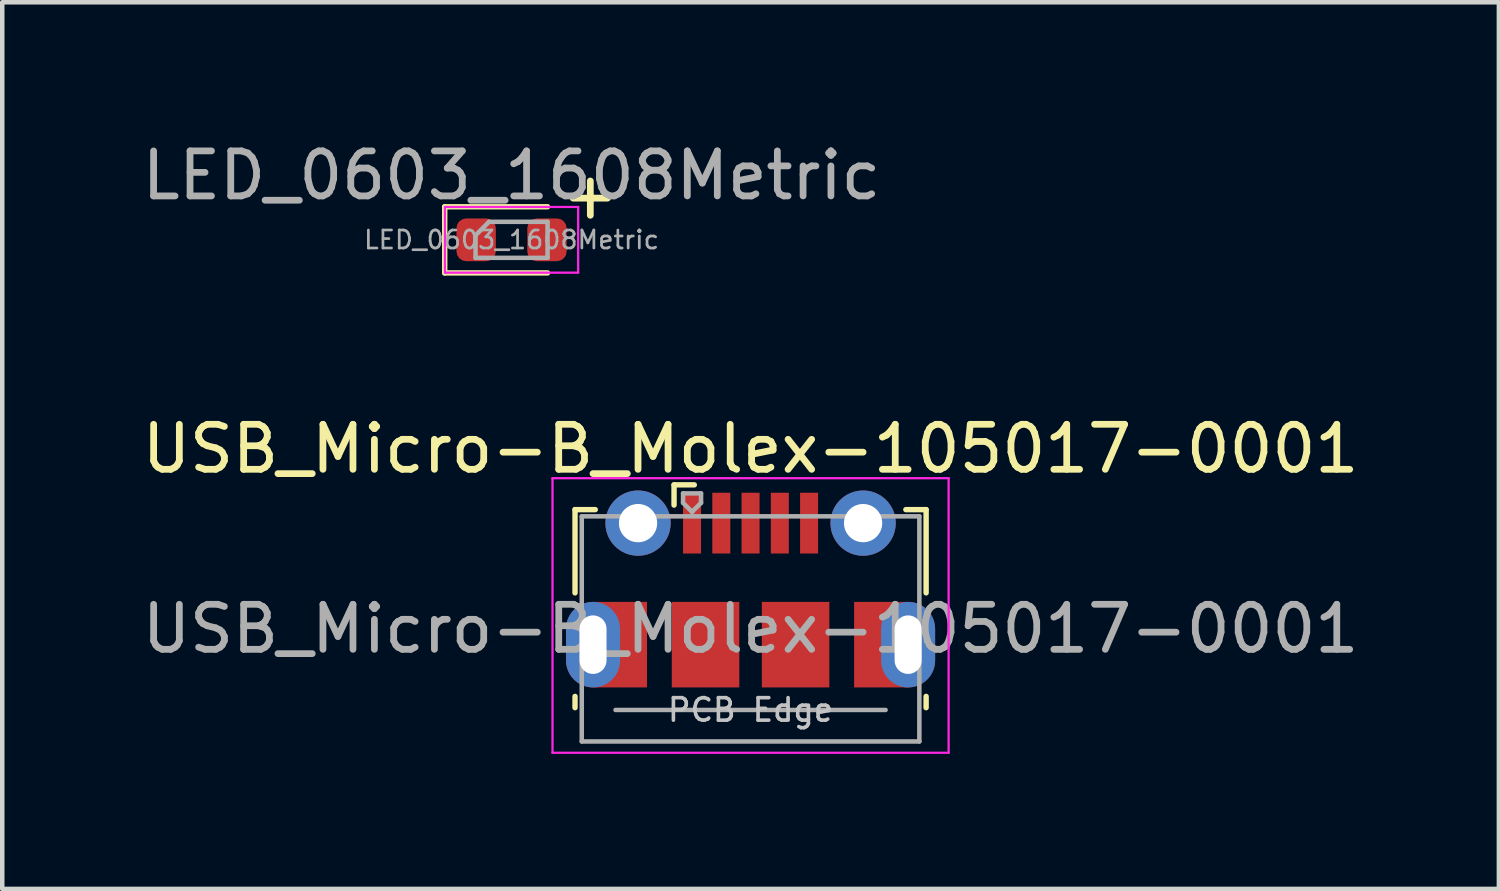
<source format=kicad_pcb>
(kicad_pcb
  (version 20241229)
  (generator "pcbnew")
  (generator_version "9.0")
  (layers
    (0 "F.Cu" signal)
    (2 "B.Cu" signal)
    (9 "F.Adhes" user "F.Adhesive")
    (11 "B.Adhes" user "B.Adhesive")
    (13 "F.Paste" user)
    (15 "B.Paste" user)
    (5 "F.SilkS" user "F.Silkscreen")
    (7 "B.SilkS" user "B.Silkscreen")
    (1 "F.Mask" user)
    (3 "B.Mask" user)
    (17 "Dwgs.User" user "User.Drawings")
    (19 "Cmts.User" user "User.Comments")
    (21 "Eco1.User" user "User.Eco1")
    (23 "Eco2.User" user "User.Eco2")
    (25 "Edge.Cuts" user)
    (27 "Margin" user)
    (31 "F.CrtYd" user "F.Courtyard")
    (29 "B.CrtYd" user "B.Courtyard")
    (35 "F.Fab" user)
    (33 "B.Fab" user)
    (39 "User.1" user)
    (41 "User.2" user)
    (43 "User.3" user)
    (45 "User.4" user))
  (footprint "LED_0603_1608Metric"
    (layer "F.Cu")
    (at 8.315 2.278)
    (property "Reference" "LED_0603_1608Metric" (at 0 -1.43 0) (layer "F.Fab") (effects (font (size 1 1) (thickness 0.15))))
    (attr smd)
    (fp_line (start -1.485 -0.735) (end -1.485 0.735) (stroke (width 0.12) (type solid)) (layer "F.SilkS"))
    (fp_line (start -1.485 0.735) (end 0.8 0.735) (stroke (width 0.12) (type solid)) (layer "F.SilkS"))
    (fp_line (start 0.8 -0.735) (end -1.485 -0.735) (stroke (width 0.12) (type solid)) (layer "F.SilkS"))
    (fp_line (start -1.48 -0.73) (end 1.48 -0.73) (stroke (width 0.05) (type solid)) (layer "F.CrtYd"))
    (fp_line (start -1.48 0.73) (end -1.48 -0.73) (stroke (width 0.05) (type solid)) (layer "F.CrtYd"))
    (fp_line (start 1.48 -0.73) (end 1.48 0.73) (stroke (width 0.05) (type solid)) (layer "F.CrtYd"))
    (fp_line (start 1.48 0.73) (end -1.48 0.73) (stroke (width 0.05) (type solid)) (layer "F.CrtYd"))
    (fp_line (start -0.8 -0.1) (end -0.8 0.4) (stroke (width 0.1) (type solid)) (layer "F.Fab"))
    (fp_line (start -0.8 0.4) (end 0.8 0.4) (stroke (width 0.1) (type solid)) (layer "F.Fab"))
    (fp_line (start -0.5 -0.4) (end -0.8 -0.1) (stroke (width 0.1) (type solid)) (layer "F.Fab"))
    (fp_line (start 0.8 -0.4) (end -0.5 -0.4) (stroke (width 0.1) (type solid)) (layer "F.Fab"))
    (fp_line (start 0.8 0.4) (end 0.8 -0.4) (stroke (width 0.1) (type solid)) (layer "F.Fab"))
    (fp_text user "+" (at 1.75 -1 0) (layer "F.SilkS") (effects (font (size 1 1) (thickness 0.15))))
    (fp_text user "${REFERENCE}" (at 0 0 0) (layer "F.Fab") (effects (font (size 0.4 0.4) (thickness 0.06))))
    (pad "1" smd roundrect (at -0.787 0) (size 0.875 0.95) (layers "F.Cu" "F.Mask" "F.Paste") (roundrect_rratio 0.25))
    (pad "2" smd roundrect (at 0.787 0) (size 0.875 0.95) (layers "F.Cu" "F.Mask" "F.Paste") (roundrect_rratio 0.25)))
  (footprint "USB_Micro-B_Molex-105017-0001"
    (layer "F.Cu")
    (at 13.625 10.034)
    (property "Reference" "USB_Micro-B_Molex-105017-0001" (at 0 -3.112 0) (layer "F.SilkS") (effects (font (size 1 1) (thickness 0.15))))
    (attr smd)
    (fp_line (start -3.9 -1.762) (end -3.45 -1.762) (stroke (width 0.12) (type solid)) (layer "F.SilkS"))
    (fp_line (start -3.9 0.087) (end -3.9 -1.762) (stroke (width 0.12) (type solid)) (layer "F.SilkS"))
    (fp_line (start -3.9 2.638) (end -3.9 2.388) (stroke (width 0.12) (type solid)) (layer "F.SilkS"))
    (fp_line (start -1.7 -2.312) (end -1.7 -1.863) (stroke (width 0.12) (type solid)) (layer "F.SilkS"))
    (fp_line (start -1.7 -2.312) (end -1.25 -2.312) (stroke (width 0.12) (type solid)) (layer "F.SilkS"))
    (fp_line (start 3.9 -1.762) (end 3.45 -1.762) (stroke (width 0.12) (type solid)) (layer "F.SilkS"))
    (fp_line (start 3.9 0.087) (end 3.9 -1.762) (stroke (width 0.12) (type solid)) (layer "F.SilkS"))
    (fp_line (start 3.9 2.638) (end 3.9 2.388) (stroke (width 0.12) (type solid)) (layer "F.SilkS"))
    (fp_line (start -4.4 -2.46) (end 4.4 -2.46) (stroke (width 0.05) (type solid)) (layer "F.CrtYd"))
    (fp_line (start -4.4 3.64) (end -4.4 -2.46) (stroke (width 0.05) (type solid)) (layer "F.CrtYd"))
    (fp_line (start -4.4 3.64) (end 4.4 3.64) (stroke (width 0.05) (type solid)) (layer "F.CrtYd"))
    (fp_line (start 4.4 -2.46) (end 4.4 3.64) (stroke (width 0.05) (type solid)) (layer "F.CrtYd"))
    (fp_line (start -3.75 -1.613) (end 3.75 -1.613) (stroke (width 0.1) (type solid)) (layer "F.Fab"))
    (fp_line (start -3.75 3.388) (end -3.75 -1.613) (stroke (width 0.1) (type solid)) (layer "F.Fab"))
    (fp_line (start -3.75 3.389) (end 3.75 3.389) (stroke (width 0.1) (type solid)) (layer "F.Fab"))
    (fp_line (start -3 2.689) (end 3 2.689) (stroke (width 0.1) (type solid)) (layer "F.Fab"))
    (fp_line (start -1.5 -2.123) (end -1.5 -1.913) (stroke (width 0.1) (type solid)) (layer "F.Fab"))
    (fp_line (start -1.5 -2.123) (end -1.1 -2.123) (stroke (width 0.1) (type solid)) (layer "F.Fab"))
    (fp_line (start -1.3 -1.712) (end -1.5 -1.913) (stroke (width 0.1) (type solid)) (layer "F.Fab"))
    (fp_line (start -1.1 -2.123) (end -1.1 -1.913) (stroke (width 0.1) (type solid)) (layer "F.Fab"))
    (fp_line (start -1.1 -1.913) (end -1.3 -1.712) (stroke (width 0.1) (type solid)) (layer "F.Fab"))
    (fp_line (start 3.75 3.388) (end 3.75 -1.613) (stroke (width 0.1) (type solid)) (layer "F.Fab"))
    (fp_text user "PCB Edge" (at 0 2.688 0) (layer "Dwgs.User") (effects (font (size 0.5 0.5) (thickness 0.08))))
    (fp_text user "${REFERENCE}" (at 0 0.887 0) (layer "F.Fab") (effects (font (size 1 1) (thickness 0.15))))
    (pad "1" smd rect (at -1.3 -1.462) (size 0.4 1.35) (layers "F.Cu" "F.Mask" "F.Paste"))
    (pad "2" smd rect (at -0.65 -1.462) (size 0.4 1.35) (layers "F.Cu" "F.Mask" "F.Paste"))
    (pad "3" smd rect (at 0 -1.462) (size 0.4 1.35) (layers "F.Cu" "F.Mask" "F.Paste"))
    (pad "4" smd rect (at 0.65 -1.462) (size 0.4 1.35) (layers "F.Cu" "F.Mask" "F.Paste"))
    (pad "5" smd rect (at 1.3 -1.462) (size 0.4 1.35) (layers "F.Cu" "F.Mask" "F.Paste"))
    (pad "6" thru_hole oval (at -3.5 1.238 180) (size 1.2 1.9) (drill oval 0.6 1.3) (layers "*.Cu" "*.Mask"))
    (pad "6" smd rect (at -2.9 1.238) (size 1.2 1.9) (layers "F.Cu" "F.Mask"))
    (pad "6" thru_hole circle (at -2.5 -1.462) (size 1.45 1.45) (drill 0.85) (layers "*.Cu" "*.Mask"))
    (pad "6" smd rect (at -1 1.238) (size 1.5 1.9) (layers "F.Cu" "F.Mask" "F.Paste"))
    (pad "6" smd rect (at 1 1.238) (size 1.5 1.9) (layers "F.Cu" "F.Mask" "F.Paste"))
    (pad "6" thru_hole circle (at 2.5 -1.462) (size 1.45 1.45) (drill 0.85) (layers "*.Cu" "*.Mask"))
    (pad "6" smd rect (at 2.9 1.238) (size 1.2 1.9) (layers "F.Cu" "F.Mask"))
    (pad "6" thru_hole oval (at 3.5 1.238) (size 1.2 1.9) (drill oval 0.6 1.3) (layers "*.Cu" "*.Mask")))
  (gr_rect
    (start -3 -3)
    (end 30.25 16.699)
    (stroke (width 0.1) (type default))
    (fill no)
    (layer "Edge.Cuts")))
</source>
